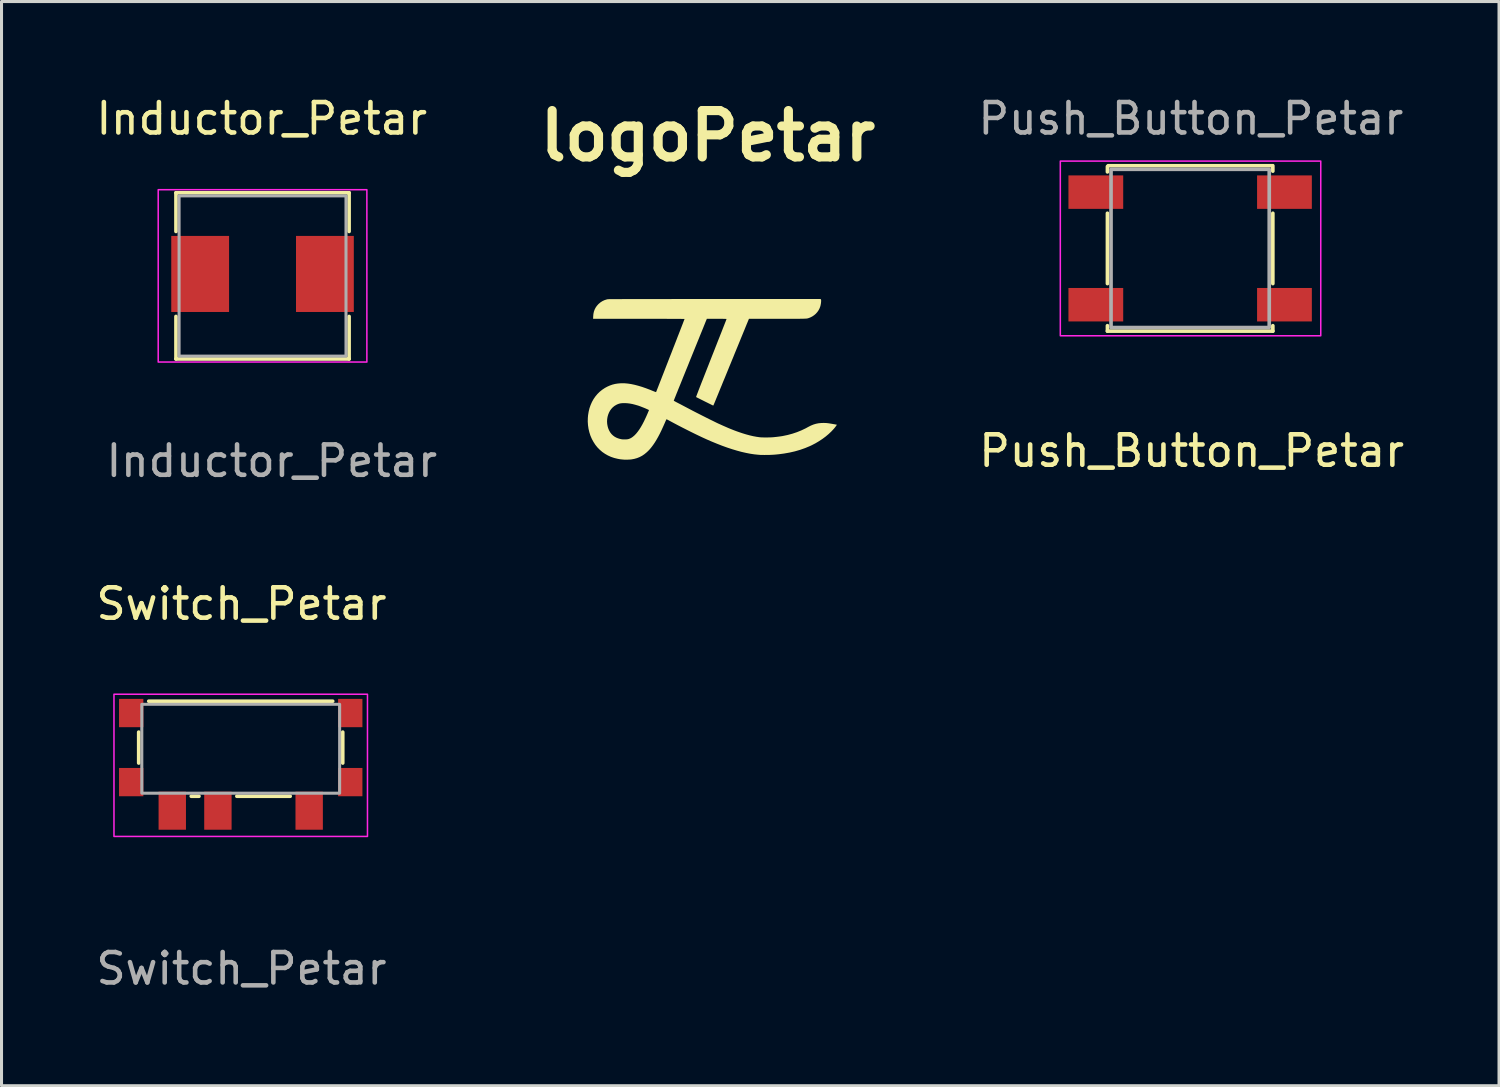
<source format=kicad_pcb>
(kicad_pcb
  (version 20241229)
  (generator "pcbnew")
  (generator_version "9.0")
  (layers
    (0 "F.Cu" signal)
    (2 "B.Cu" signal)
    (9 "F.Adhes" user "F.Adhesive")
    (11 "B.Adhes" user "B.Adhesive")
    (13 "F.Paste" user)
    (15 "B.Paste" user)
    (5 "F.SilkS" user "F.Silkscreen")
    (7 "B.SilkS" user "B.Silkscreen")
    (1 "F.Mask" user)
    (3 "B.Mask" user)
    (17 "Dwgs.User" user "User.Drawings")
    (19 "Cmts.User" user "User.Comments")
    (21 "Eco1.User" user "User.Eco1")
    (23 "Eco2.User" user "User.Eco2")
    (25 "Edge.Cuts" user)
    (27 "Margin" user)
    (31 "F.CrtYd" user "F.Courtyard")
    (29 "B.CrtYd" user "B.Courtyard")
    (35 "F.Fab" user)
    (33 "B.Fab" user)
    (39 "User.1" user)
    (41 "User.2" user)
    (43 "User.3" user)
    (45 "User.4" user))
  (footprint "logoPetar"
    (layer "F.Cu")
    (at 20.29 9.343)
    (property "Reference" "logoPetar" (at -0.076 -7.925 0) (layer "F.SilkS") (effects (font (size 1.524 1.524) (thickness 0.3))))
    (attr board_only exclude_from_pos_files exclude_from_bom)
    (fp_poly (pts (xy 3.64 -2.553) (xy 3.646 -2.539) (xy 3.649 -2.516) (xy 3.648 -2.482) (xy 3.644 -2.44) (xy 3.64 -2.409) (xy 3.625 -2.335) (xy 3.6 -2.265) (xy 3.566 -2.198) (xy 3.524 -2.137) (xy 3.474 -2.081) (xy 3.417 -2.032) (xy 3.354 -1.99) (xy 3.285 -1.956) (xy 3.25 -1.943) (xy 3.24 -1.939) (xy 3.23 -1.936) (xy 3.221 -1.933) (xy 3.212 -1.93) (xy 3.202 -1.928) (xy 3.191 -1.926) (xy 3.178 -1.924) (xy 3.163 -1.922) (xy 3.145 -1.921) (xy 3.125 -1.92) (xy 3.1 -1.919) (xy 3.072 -1.918) (xy 3.038 -1.917) (xy 3 -1.916) (xy 2.956 -1.916) (xy 2.906 -1.915) (xy 2.849 -1.915) (xy 2.786 -1.915) (xy 2.715 -1.915) (xy 2.636 -1.914) (xy 2.548 -1.914) (xy 2.451 -1.914) (xy 2.345 -1.914) (xy 2.229 -1.914) (xy 2.2 -1.914) (xy 1.276 -1.914) (xy 1.248 -1.847) (xy 1.235 -1.815) (xy 1.22 -1.778) (xy 1.204 -1.741) (xy 1.19 -1.707) (xy 1.19 -1.705) (xy 1.177 -1.675) (xy 1.161 -1.635) (xy 1.142 -1.588) (xy 1.12 -1.534) (xy 1.095 -1.474) (xy 1.069 -1.41) (xy 1.041 -1.342) (xy 1.012 -1.272) (xy 0.983 -1.2) (xy 0.953 -1.127) (xy 0.924 -1.056) (xy 0.895 -0.985) (xy 0.867 -0.918) (xy 0.849 -0.873) (xy 0.824 -0.813) (xy 0.798 -0.75) (xy 0.772 -0.684) (xy 0.745 -0.618) (xy 0.718 -0.554) (xy 0.694 -0.494) (xy 0.672 -0.44) (xy 0.656 -0.402) (xy 0.641 -0.366) (xy 0.623 -0.322) (xy 0.602 -0.27) (xy 0.578 -0.211) (xy 0.552 -0.147) (xy 0.524 -0.079) (xy 0.495 -0.008) (xy 0.465 0.065) (xy 0.434 0.138) (xy 0.404 0.212) (xy 0.381 0.27) (xy 0.352 0.339) (xy 0.324 0.408) (xy 0.297 0.474) (xy 0.271 0.538) (xy 0.246 0.599) (xy 0.223 0.655) (xy 0.202 0.705) (xy 0.184 0.75) (xy 0.169 0.787) (xy 0.157 0.816) (xy 0.148 0.837) (xy 0.148 0.838) (xy 0.135 0.868) (xy 0.124 0.895) (xy 0.114 0.916) (xy 0.106 0.931) (xy 0.102 0.937) (xy 0.102 0.938) (xy 0.096 0.935) (xy 0.082 0.928) (xy 0.06 0.918) (xy 0.032 0.904) (xy -0.001 0.887) (xy -0.039 0.869) (xy -0.08 0.848) (xy -0.123 0.827) (xy -0.168 0.805) (xy -0.213 0.782) (xy -0.257 0.76) (xy -0.299 0.739) (xy -0.339 0.719) (xy -0.375 0.701) (xy -0.406 0.685) (xy -0.431 0.673) (xy -0.449 0.663) (xy -0.459 0.658) (xy -0.462 0.656) (xy -0.46 0.651) (xy -0.455 0.636) (xy -0.447 0.613) (xy -0.435 0.582) (xy -0.421 0.544) (xy -0.403 0.498) (xy -0.384 0.447) (xy -0.362 0.39) (xy -0.338 0.328) (xy -0.312 0.262) (xy -0.285 0.192) (xy -0.256 0.119) (xy -0.24 0.079) (xy -0.206 -0.008) (xy -0.17 -0.1) (xy -0.132 -0.197) (xy -0.093 -0.296) (xy -0.053 -0.397) (xy -0.014 -0.497) (xy 0.025 -0.596) (xy 0.062 -0.691) (xy 0.098 -0.781) (xy 0.131 -0.865) (xy 0.161 -0.941) (xy 0.17 -0.965) (xy 0.211 -1.069) (xy 0.248 -1.164) (xy 0.282 -1.25) (xy 0.313 -1.327) (xy 0.34 -1.397) (xy 0.365 -1.459) (xy 0.387 -1.515) (xy 0.406 -1.564) (xy 0.423 -1.608) (xy 0.438 -1.646) (xy 0.451 -1.679) (xy 0.463 -1.708) (xy 0.472 -1.733) (xy 0.481 -1.755) (xy 0.489 -1.775) (xy 0.495 -1.791) (xy 0.501 -1.807) (xy 0.507 -1.82) (xy 0.511 -1.831) (xy 0.521 -1.857) (xy 0.529 -1.88) (xy 0.536 -1.897) (xy 0.539 -1.907) (xy 0.539 -1.909) (xy 0.534 -1.91) (xy 0.519 -1.911) (xy 0.493 -1.912) (xy 0.457 -1.913) (xy 0.411 -1.914) (xy 0.356 -1.914) (xy 0.291 -1.914) (xy 0.217 -1.914) (xy 0.215 -1.914) (xy -0.108 -1.914) (xy -0.153 -1.805) (xy -0.162 -1.783) (xy -0.174 -1.752) (xy -0.19 -1.713) (xy -0.209 -1.666) (xy -0.23 -1.613) (xy -0.254 -1.554) (xy -0.28 -1.49) (xy -0.308 -1.422) (xy -0.337 -1.351) (xy -0.366 -1.277) (xy -0.397 -1.202) (xy -0.428 -1.126) (xy -0.459 -1.049) (xy -0.49 -0.973) (xy -0.52 -0.899) (xy -0.549 -0.827) (xy -0.577 -0.758) (xy -0.603 -0.694) (xy -0.627 -0.634) (xy -0.639 -0.606) (xy -0.681 -0.502) (xy -0.719 -0.406) (xy -0.755 -0.317) (xy -0.79 -0.233) (xy -0.822 -0.152) (xy -0.854 -0.073) (xy -0.887 0.007) (xy -0.919 0.089) (xy -0.925 0.103) (xy -0.946 0.155) (xy -0.97 0.215) (xy -0.996 0.279) (xy -1.023 0.345) (xy -1.05 0.411) (xy -1.075 0.475) (xy -1.099 0.533) (xy -1.102 0.541) (xy -1.121 0.588) (xy -1.138 0.631) (xy -1.154 0.671) (xy -1.168 0.706) (xy -1.179 0.735) (xy -1.188 0.757) (xy -1.193 0.772) (xy -1.195 0.777) (xy -1.191 0.781) (xy -1.178 0.788) (xy -1.158 0.799) (xy -1.133 0.813) (xy -1.103 0.829) (xy -1.07 0.846) (xy -1.034 0.865) (xy -1 0.882) (xy -0.969 0.898) (xy -0.943 0.912) (xy -0.923 0.923) (xy -0.912 0.928) (xy -0.898 0.936) (xy -0.877 0.947) (xy -0.85 0.961) (xy -0.819 0.978) (xy -0.785 0.995) (xy -0.767 1.005) (xy -0.73 1.024) (xy -0.693 1.044) (xy -0.656 1.063) (xy -0.624 1.08) (xy -0.597 1.094) (xy -0.59 1.098) (xy -0.532 1.128) (xy -0.468 1.161) (xy -0.401 1.195) (xy -0.33 1.231) (xy -0.258 1.268) (xy -0.184 1.305) (xy -0.111 1.342) (xy -0.039 1.378) (xy 0.03 1.412) (xy 0.096 1.444) (xy 0.156 1.474) (xy 0.211 1.501) (xy 0.259 1.524) (xy 0.299 1.542) (xy 0.304 1.544) (xy 0.414 1.594) (xy 0.517 1.639) (xy 0.613 1.681) (xy 0.705 1.718) (xy 0.793 1.753) (xy 0.879 1.785) (xy 0.965 1.815) (xy 1.052 1.844) (xy 1.053 1.845) (xy 1.177 1.883) (xy 1.295 1.915) (xy 1.409 1.942) (xy 1.522 1.963) (xy 1.634 1.979) (xy 1.66 1.981) (xy 1.694 1.983) (xy 1.735 1.984) (xy 1.781 1.985) (xy 1.829 1.985) (xy 1.879 1.985) (xy 1.928 1.984) (xy 1.975 1.983) (xy 2.018 1.981) (xy 2.054 1.979) (xy 2.083 1.977) (xy 2.095 1.975) (xy 2.106 1.974) (xy 2.124 1.972) (xy 2.145 1.97) (xy 2.147 1.97) (xy 2.174 1.967) (xy 2.208 1.963) (xy 2.248 1.958) (xy 2.288 1.953) (xy 2.328 1.947) (xy 2.363 1.942) (xy 2.385 1.938) (xy 2.547 1.904) (xy 2.702 1.862) (xy 2.852 1.812) (xy 2.998 1.753) (xy 3.139 1.686) (xy 3.221 1.641) (xy 3.307 1.597) (xy 3.391 1.562) (xy 3.476 1.536) (xy 3.562 1.519) (xy 3.653 1.51) (xy 3.749 1.508) (xy 3.756 1.509) (xy 3.786 1.51) (xy 3.813 1.511) (xy 3.839 1.513) (xy 3.866 1.516) (xy 3.896 1.52) (xy 3.93 1.525) (xy 3.971 1.532) (xy 4.008 1.538) (xy 4.047 1.545) (xy 4.083 1.551) (xy 4.114 1.557) (xy 4.138 1.561) (xy 4.156 1.565) (xy 4.165 1.567) (xy 4.165 1.567) (xy 4.164 1.572) (xy 4.156 1.584) (xy 4.144 1.601) (xy 4.129 1.622) (xy 4.112 1.645) (xy 4.093 1.669) (xy 4.074 1.692) (xy 4.067 1.7) (xy 3.986 1.787) (xy 3.896 1.872) (xy 3.797 1.955) (xy 3.692 2.033) (xy 3.58 2.107) (xy 3.464 2.176) (xy 3.343 2.239) (xy 3.279 2.269) (xy 3.12 2.335) (xy 2.955 2.393) (xy 2.785 2.442) (xy 2.61 2.482) (xy 2.428 2.514) (xy 2.263 2.536) (xy 2.222 2.54) (xy 2.188 2.544) (xy 2.159 2.546) (xy 2.132 2.549) (xy 2.104 2.551) (xy 2.073 2.553) (xy 2.037 2.555) (xy 1.998 2.557) (xy 1.975 2.558) (xy 1.944 2.559) (xy 1.909 2.56) (xy 1.869 2.56) (xy 1.828 2.56) (xy 1.787 2.561) (xy 1.747 2.56) (xy 1.71 2.56) (xy 1.679 2.56) (xy 1.655 2.559) (xy 1.639 2.558) (xy 1.637 2.558) (xy 1.618 2.556) (xy 1.594 2.554) (xy 1.569 2.552) (xy 1.568 2.552) (xy 1.444 2.539) (xy 1.313 2.519) (xy 1.176 2.492) (xy 1.031 2.459) (xy 0.88 2.418) (xy 0.724 2.371) (xy 0.562 2.318) (xy 0.396 2.258) (xy 0.225 2.191) (xy 0.049 2.119) (xy -0.13 2.041) (xy -0.14 2.036) (xy -0.252 1.985) (xy -0.372 1.928) (xy -0.499 1.867) (xy -0.631 1.802) (xy -0.768 1.733) (xy -0.908 1.662) (xy -1.051 1.588) (xy -1.195 1.512) (xy -1.34 1.434) (xy -1.383 1.411) (xy -1.403 1.4) (xy -1.42 1.392) (xy -1.431 1.388) (xy -1.434 1.387) (xy -1.438 1.392) (xy -1.444 1.405) (xy -1.454 1.426) (xy -1.466 1.452) (xy -1.479 1.482) (xy -1.485 1.497) (xy -1.544 1.629) (xy -1.6 1.752) (xy -1.656 1.866) (xy -1.711 1.97) (xy -1.765 2.065) (xy -1.819 2.153) (xy -1.873 2.232) (xy -1.927 2.304) (xy -1.981 2.37) (xy -2.036 2.428) (xy -2.093 2.481) (xy -2.151 2.528) (xy -2.159 2.535) (xy -2.236 2.587) (xy -2.316 2.629) (xy -2.401 2.663) (xy -2.492 2.689) (xy -2.578 2.705) (xy -2.611 2.709) (xy -2.652 2.712) (xy -2.697 2.714) (xy -2.744 2.715) (xy -2.789 2.715) (xy -2.83 2.714) (xy -2.844 2.713) (xy -2.885 2.709) (xy -2.918 2.706) (xy -2.947 2.703) (xy -2.975 2.699) (xy -3.004 2.693) (xy -3.038 2.687) (xy -3.042 2.686) (xy -3.153 2.659) (xy -3.259 2.623) (xy -3.36 2.577) (xy -3.455 2.523) (xy -3.545 2.461) (xy -3.627 2.39) (xy -3.704 2.312) (xy -3.773 2.226) (xy -3.834 2.132) (xy -3.888 2.033) (xy -3.934 1.926) (xy -3.97 1.814) (xy -3.997 1.699) (xy -4.014 1.581) (xy -4.022 1.462) (xy -3.388 1.462) (xy -3.383 1.539) (xy -3.369 1.617) (xy -3.352 1.678) (xy -3.323 1.75) (xy -3.286 1.815) (xy -3.242 1.873) (xy -3.191 1.922) (xy -3.132 1.965) (xy -3.066 1.999) (xy -2.994 2.025) (xy -2.915 2.044) (xy -2.911 2.044) (xy -2.879 2.048) (xy -2.842 2.05) (xy -2.802 2.05) (xy -2.763 2.049) (xy -2.727 2.046) (xy -2.696 2.041) (xy -2.676 2.036) (xy -2.629 2.018) (xy -2.586 1.995) (xy -2.544 1.966) (xy -2.501 1.93) (xy -2.483 1.914) (xy -2.432 1.861) (xy -2.381 1.798) (xy -2.329 1.726) (xy -2.277 1.644) (xy -2.225 1.553) (xy -2.172 1.451) (xy -2.119 1.339) (xy -2.094 1.285) (xy -2.079 1.251) (xy -2.064 1.217) (xy -2.05 1.184) (xy -2.037 1.153) (xy -2.026 1.127) (xy -2.017 1.106) (xy -2.012 1.092) (xy -2.01 1.086) (xy -2.014 1.082) (xy -2.028 1.075) (xy -2.048 1.065) (xy -2.075 1.053) (xy -2.106 1.039) (xy -2.141 1.024) (xy -2.178 1.009) (xy -2.216 0.994) (xy -2.254 0.979) (xy -2.29 0.965) (xy -2.323 0.953) (xy -2.351 0.943) (xy -2.362 0.939) (xy -2.462 0.91) (xy -2.555 0.886) (xy -2.644 0.87) (xy -2.728 0.86) (xy -2.811 0.856) (xy -2.826 0.856) (xy -2.885 0.858) (xy -2.937 0.863) (xy -2.984 0.873) (xy -3.029 0.888) (xy -3.075 0.909) (xy -3.085 0.914) (xy -3.146 0.951) (xy -3.201 0.996) (xy -3.249 1.048) (xy -3.291 1.106) (xy -3.325 1.17) (xy -3.352 1.238) (xy -3.372 1.31) (xy -3.384 1.385) (xy -3.388 1.462) (xy -4.022 1.462) (xy -4.022 1.461) (xy -4.019 1.34) (xy -4.011 1.25) (xy -3.992 1.135) (xy -3.965 1.024) (xy -3.928 0.919) (xy -3.884 0.819) (xy -3.832 0.725) (xy -3.771 0.637) (xy -3.704 0.557) (xy -3.629 0.483) (xy -3.547 0.417) (xy -3.458 0.358) (xy -3.377 0.314) (xy -3.293 0.277) (xy -3.21 0.248) (xy -3.126 0.227) (xy -3.039 0.213) (xy -2.946 0.205) (xy -2.903 0.204) (xy -2.807 0.205) (xy -2.705 0.214) (xy -2.598 0.23) (xy -2.484 0.254) (xy -2.365 0.285) (xy -2.238 0.323) (xy -2.106 0.369) (xy -1.966 0.422) (xy -1.884 0.456) (xy -1.853 0.468) (xy -1.826 0.479) (xy -1.803 0.487) (xy -1.787 0.492) (xy -1.778 0.494) (xy -1.777 0.494) (xy -1.774 0.488) (xy -1.768 0.473) (xy -1.759 0.451) (xy -1.748 0.423) (xy -1.735 0.39) (xy -1.72 0.353) (xy -1.714 0.336) (xy -1.702 0.307) (xy -1.688 0.269) (xy -1.67 0.224) (xy -1.65 0.172) (xy -1.627 0.114) (xy -1.603 0.052) (xy -1.578 -0.013) (xy -1.551 -0.081) (xy -1.524 -0.15) (xy -1.497 -0.219) (xy -1.485 -0.251) (xy -1.457 -0.323) (xy -1.428 -0.398) (xy -1.398 -0.474) (xy -1.369 -0.549) (xy -1.34 -0.624) (xy -1.312 -0.695) (xy -1.285 -0.763) (xy -1.261 -0.824) (xy -1.24 -0.879) (xy -1.222 -0.926) (xy -1.219 -0.933) (xy -1.2 -0.983) (xy -1.177 -1.04) (xy -1.152 -1.105) (xy -1.125 -1.174) (xy -1.097 -1.246) (xy -1.069 -1.32) (xy -1.04 -1.393) (xy -1.012 -1.465) (xy -0.985 -1.533) (xy -0.982 -1.543) (xy -0.959 -1.602) (xy -0.937 -1.658) (xy -0.917 -1.71) (xy -0.898 -1.758) (xy -0.882 -1.801) (xy -0.868 -1.838) (xy -0.856 -1.868) (xy -0.848 -1.89) (xy -0.842 -1.904) (xy -0.841 -1.909) (xy -0.846 -1.91) (xy -0.862 -1.91) (xy -0.888 -1.911) (xy -0.924 -1.911) (xy -0.971 -1.912) (xy -1.027 -1.912) (xy -1.093 -1.912) (xy -1.169 -1.913) (xy -1.254 -1.913) (xy -1.349 -1.913) (xy -1.454 -1.914) (xy -1.567 -1.914) (xy -1.69 -1.914) (xy -1.822 -1.914) (xy -1.962 -1.914) (xy -2.112 -1.914) (xy -2.269 -1.914) (xy -2.344 -1.914) (xy -3.846 -1.914) (xy -3.843 -1.995) (xy -3.836 -2.075) (xy -3.821 -2.148) (xy -3.797 -2.216) (xy -3.765 -2.279) (xy -3.724 -2.339) (xy -3.673 -2.396) (xy -3.663 -2.405) (xy -3.603 -2.456) (xy -3.538 -2.497) (xy -3.469 -2.529) (xy -3.395 -2.552) (xy -3.355 -2.56) (xy -3.347 -2.56) (xy -3.329 -2.56) (xy -3.301 -2.561) (xy -3.263 -2.561) (xy -3.214 -2.561) (xy -3.156 -2.562) (xy -3.088 -2.562) (xy -3.01 -2.562) (xy -2.922 -2.562) (xy -2.825 -2.563) (xy -2.719 -2.563) (xy -2.603 -2.563) (xy -2.479 -2.563) (xy -2.345 -2.564) (xy -2.203 -2.564) (xy -2.052 -2.564) (xy -1.892 -2.564) (xy -1.724 -2.564) (xy -1.548 -2.564) (xy -1.363 -2.564) (xy -1.17 -2.565) (xy -0.97 -2.565) (xy -0.761 -2.565) (xy -0.545 -2.565) (xy -0.322 -2.565) (xy -0.09 -2.565) (xy 0.148 -2.565) (xy 0.153 -2.565) (xy 3.63 -2.565)) (stroke (width 0) (type solid)) (fill yes) (layer "F.SilkS")))
  (footprint "Switch_Petar"
    (layer "F.Cu")
    (at 4.862 21.521)
    (property "Reference" "Switch_Petar" (at 0.025 -4.724 0) (unlocked yes) (layer "F.SilkS") (effects (font (size 1 1) (thickness 0.15))))
    (attr smd)
    (fp_line (start -3.353 -0.508) (end -3.353 0.508) (stroke (width 0.12) (type solid)) (layer "F.SilkS"))
    (fp_line (start -3.023 -1.524) (end 3.023 -1.524) (stroke (width 0.12) (type solid)) (layer "F.SilkS"))
    (fp_line (start -1.626 1.6) (end -1.372 1.6) (stroke (width 0.12) (type solid)) (layer "F.SilkS"))
    (fp_line (start -0.127 1.6) (end 1.626 1.6) (stroke (width 0.12) (type solid)) (layer "F.SilkS"))
    (fp_line (start 3.353 -0.508) (end 3.353 0.508) (stroke (width 0.12) (type solid)) (layer "F.SilkS"))
    (fp_rect (start -4.166 -1.753) (end 4.166 2.921) (stroke (width 0.05) (type solid)) (fill no) (layer "F.CrtYd"))
    (fp_rect (start -3.251 -1.422) (end 3.251 1.499) (stroke (width 0.1) (type solid)) (fill no) (layer "F.Fab"))
    (fp_text user "${REFERENCE}" (at 0.025 7.264 0) (unlocked yes) (layer "F.Fab") (effects (font (size 1 1) (thickness 0.15))))
    (pad "1" smd rect (at 2.25 2.075) (size 0.9 1.25) (layers "F.Cu" "F.Mask" "F.Paste"))
    (pad "2" smd rect (at -0.75 2.075) (size 0.9 1.25) (layers "F.Cu" "F.Mask" "F.Paste"))
    (pad "3" smd rect (at -2.25 2.075) (size 0.9 1.25) (layers "F.Cu" "F.Mask" "F.Paste"))
    (pad "4" smd rect (at -3.6 1.135) (size 0.8 0.93) (layers "F.Cu" "F.Mask" "F.Paste"))
    (pad "5" smd rect (at -3.6 -1.135) (size 0.8 0.93) (layers "F.Cu" "F.Mask" "F.Paste"))
    (pad "6" smd rect (at 3.6 -1.135) (size 0.8 0.93) (layers "F.Cu" "F.Mask" "F.Paste"))
    (pad "7" smd rect (at 3.6 1.135) (size 0.8 0.93) (layers "F.Cu" "F.Mask" "F.Paste")))
  (footprint "Inductor_Petar"
    (layer "F.Cu")
    (at 5.579 5.954)
    (property "Reference" "Inductor_Petar" (at -0.025 -5.105 0) (unlocked yes) (layer "F.SilkS") (effects (font (size 1 1) (thickness 0.15))))
    (attr smd)
    (fp_line (start -2.845 -2.667) (end 2.845 -2.667) (stroke (width 0.12) (type solid)) (layer "F.SilkS"))
    (fp_line (start -2.845 -1.397) (end -2.845 -2.667) (stroke (width 0.12) (type solid)) (layer "F.SilkS"))
    (fp_line (start -2.845 2.794) (end -2.845 1.397) (stroke (width 0.12) (type solid)) (layer "F.SilkS"))
    (fp_line (start -2.845 2.794) (end 2.845 2.794) (stroke (width 0.12) (type solid)) (layer "F.SilkS"))
    (fp_line (start 2.845 -2.667) (end 2.845 -1.397) (stroke (width 0.12) (type solid)) (layer "F.SilkS"))
    (fp_line (start 2.845 1.397) (end 2.845 2.794) (stroke (width 0.12) (type solid)) (layer "F.SilkS"))
    (fp_rect (start -3.429 -2.769) (end 3.429 2.896) (stroke (width 0.05) (type solid)) (fill no) (layer "F.CrtYd"))
    (fp_rect (start -2.743 -2.565) (end 2.743 2.7) (stroke (width 0.1) (type solid)) (fill no) (layer "F.Fab"))
    (fp_text user "${REFERENCE}" (at 0.305 6.147 0) (unlocked yes) (layer "F.Fab") (effects (font (size 1 1) (thickness 0.15))))
    (pad "1" smd rect (at -2.05 0) (size 1.9 2.5) (layers "F.Cu" "F.Mask" "F.Paste"))
    (pad "2" smd rect (at 2.05 0) (size 1.9 2.5) (layers "F.Cu" "F.Mask" "F.Paste")))
  (footprint "Push_Button_Petar"
    (layer "F.Cu")
    (at 36.067 5.115)
    (property "Reference" "Push_Button_Petar" (at 0.051 6.655 0) (unlocked yes) (layer "F.SilkS") (effects (font (size 1 1) (thickness 0.15))))
    (attr smd)
    (fp_line (start -2.718 -2.692) (end -2.718 -2.515) (stroke (width 0.12) (type solid)) (layer "F.SilkS"))
    (fp_line (start -2.718 -1.156) (end -2.718 1.156) (stroke (width 0.12) (type solid)) (layer "F.SilkS"))
    (fp_line (start -2.718 2.718) (end -2.718 2.54) (stroke (width 0.12) (type solid)) (layer "F.SilkS"))
    (fp_line (start -2.718 2.718) (end 2.718 2.718) (stroke (width 0.12) (type solid)) (layer "F.SilkS"))
    (fp_line (start -2.692 -2.718) (end 2.692 -2.718) (stroke (width 0.12) (type solid)) (layer "F.SilkS"))
    (fp_line (start 2.718 -2.718) (end 2.718 -2.54) (stroke (width 0.12) (type solid)) (layer "F.SilkS"))
    (fp_line (start 2.718 -1.156) (end 2.718 1.156) (stroke (width 0.12) (type solid)) (layer "F.SilkS"))
    (fp_line (start 2.718 2.718) (end 2.718 2.54) (stroke (width 0.12) (type solid)) (layer "F.SilkS"))
    (fp_rect (start 4.293 2.87) (end -4.267 -2.87) (stroke (width 0.05) (type solid)) (fill no) (layer "F.CrtYd"))
    (fp_rect (start -2.6 -2.6) (end 2.6 2.6) (stroke (width 0.12) (type solid)) (fill no) (layer "F.Fab"))
    (fp_text user "${REFERENCE}" (at 0.025 -4.267 0) (unlocked yes) (layer "F.Fab") (effects (font (size 1 1) (thickness 0.15))))
    (pad "1" smd rect (at -3.1 -1.85) (size 1.8 1.1) (layers "F.Cu" "F.Mask" "F.Paste"))
    (pad "1" smd rect (at 3.1 -1.85) (size 1.8 1.1) (layers "F.Cu" "F.Mask" "F.Paste"))
    (pad "2" smd rect (at -3.1 1.85) (size 1.8 1.1) (layers "F.Cu" "F.Mask" "F.Paste"))
    (pad "2" smd rect (at 3.1 1.85) (size 1.8 1.1) (layers "F.Cu" "F.Mask" "F.Paste")))
  (gr_rect
    (start -3 -3)
    (end 46.219 32.634)
    (stroke (width 0.1) (type default))
    (fill no)
    (layer "Edge.Cuts")))
</source>
